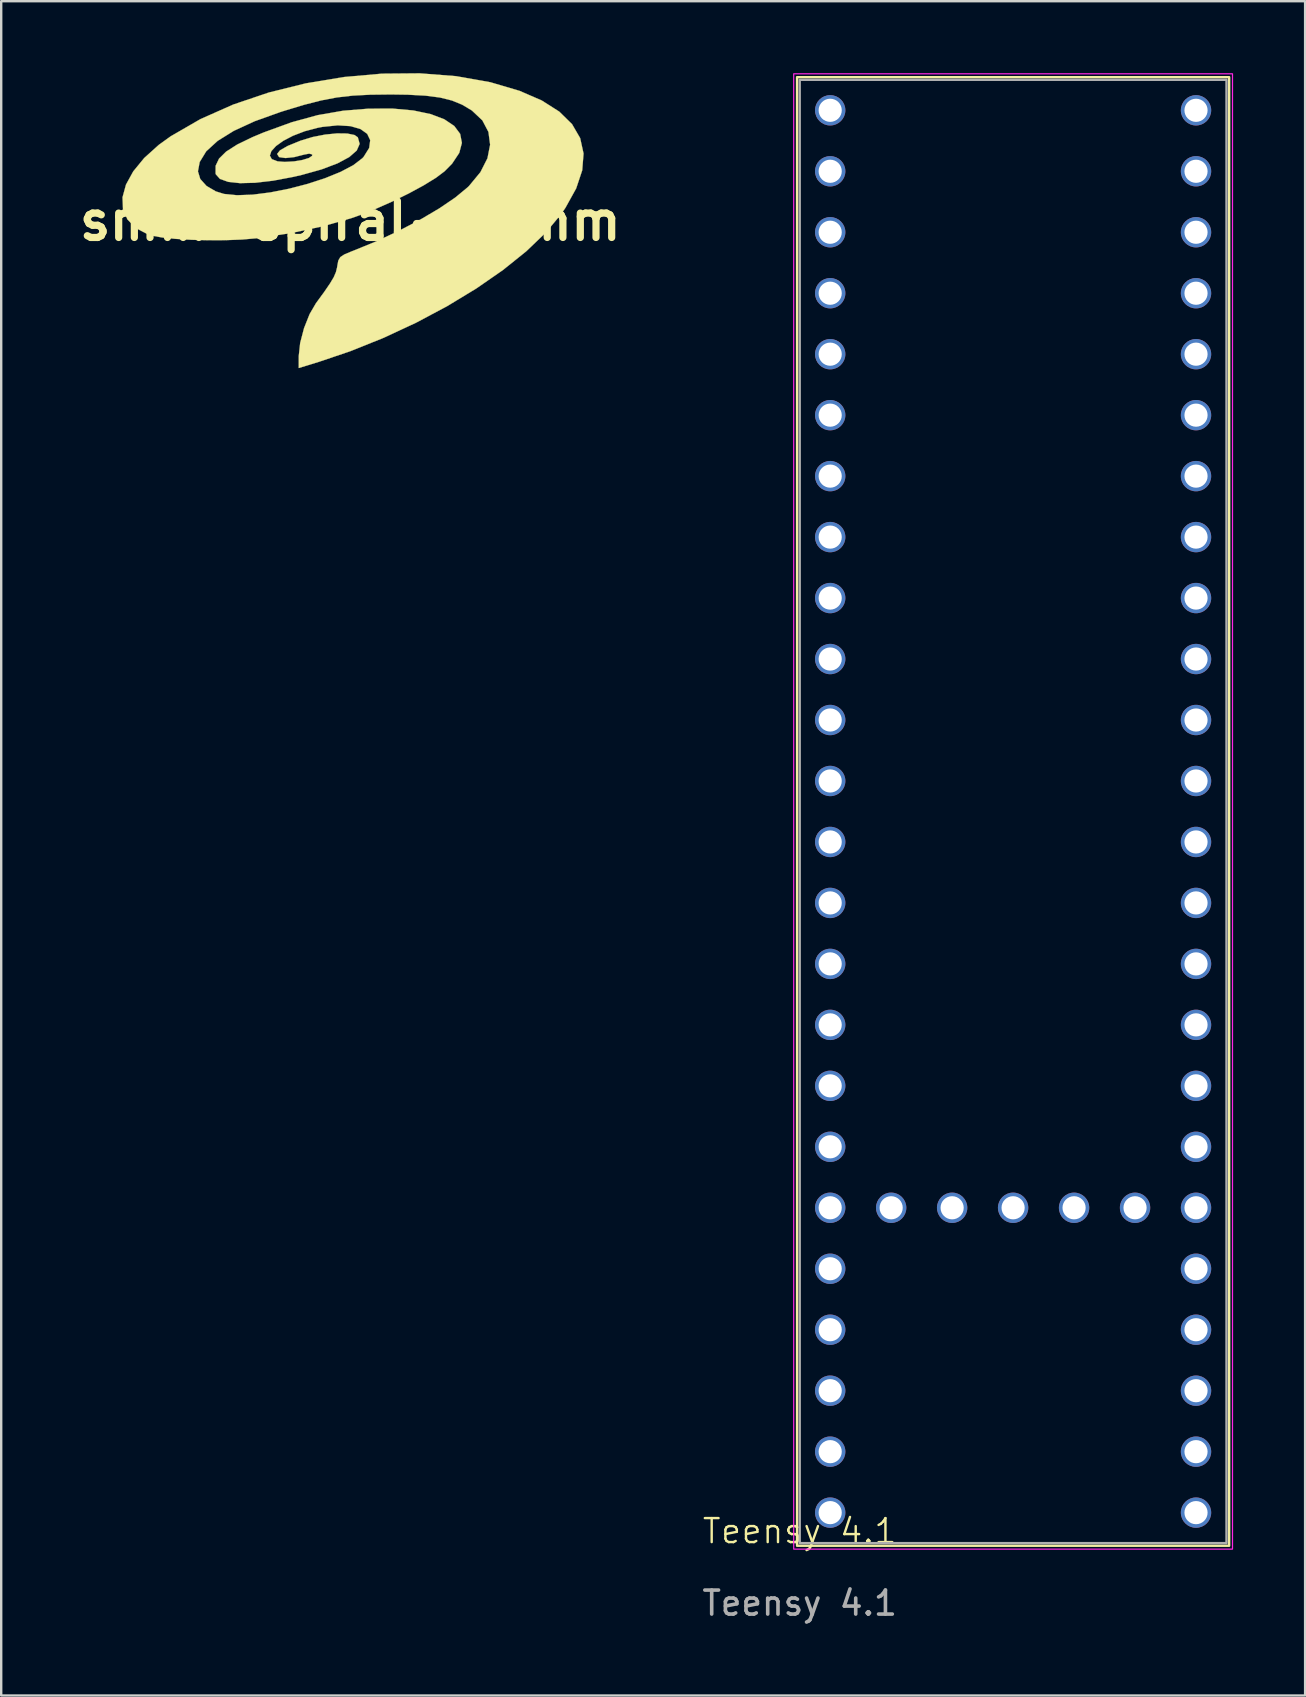
<source format=kicad_pcb>
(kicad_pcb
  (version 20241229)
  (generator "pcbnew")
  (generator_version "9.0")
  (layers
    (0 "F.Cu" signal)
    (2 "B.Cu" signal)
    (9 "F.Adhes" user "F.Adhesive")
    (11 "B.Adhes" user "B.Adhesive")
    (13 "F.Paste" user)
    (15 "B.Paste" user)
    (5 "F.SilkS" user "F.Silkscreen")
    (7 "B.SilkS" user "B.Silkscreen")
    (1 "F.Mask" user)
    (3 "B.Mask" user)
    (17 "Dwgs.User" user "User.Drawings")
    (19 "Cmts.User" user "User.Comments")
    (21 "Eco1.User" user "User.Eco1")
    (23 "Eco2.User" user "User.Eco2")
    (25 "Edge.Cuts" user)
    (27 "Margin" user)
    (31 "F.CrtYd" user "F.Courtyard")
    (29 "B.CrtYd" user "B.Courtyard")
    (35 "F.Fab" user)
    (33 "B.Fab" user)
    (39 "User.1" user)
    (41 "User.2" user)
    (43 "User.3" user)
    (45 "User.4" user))
  (footprint "smm-spiral-20mm"
    (layer "F.Cu")
    (at 11.546 6.153)
    (property "Reference" "smm-spiral-20mm" (at 0 0 0) (layer "F.SilkS") (effects (font (size 1.524 1.524) (thickness 0.3))))
    (attr through_hole)
    (fp_poly (pts (xy 4.404 -6.03) (xy 5.832 -5.777) (xy 7.05 -5.418) (xy 7.973 -5.017) (xy 8.702 -4.554) (xy 9.235 -4.031) (xy 9.573 -3.449) (xy 9.714 -2.808) (xy 9.659 -2.109) (xy 9.407 -1.354) (xy 8.958 -0.544) (xy 8.776 -0.278) (xy 8.141 0.487) (xy 7.326 1.267) (xy 6.356 2.046) (xy 5.254 2.81) (xy 4.044 3.544) (xy 2.749 4.235) (xy 1.393 4.867) (xy 0.000079 5.427) (xy -1.306 5.869) (xy -2.151 6.129) (xy -2.151 5.636) (xy -2.091 5.082) (xy -1.93 4.467) (xy -1.698 3.882) (xy -1.435 3.431) (xy -1.089 2.957) (xy -0.849 2.607) (xy -0.693 2.345) (xy -0.602 2.133) (xy -0.553 1.935) (xy -0.544 1.872) (xy -0.503 1.654) (xy -0.421 1.51) (xy -0.25 1.396) (xy 0.058 1.267) (xy 0.139 1.236) (xy 1.095 0.845) (xy 2.031 0.408) (xy 2.912 -0.054) (xy 3.705 -0.522) (xy 4.374 -0.977) (xy 4.885 -1.399) (xy 4.946 -1.459) (xy 5.418 -2.031) (xy 5.711 -2.609) (xy 5.822 -3.174) (xy 5.752 -3.707) (xy 5.499 -4.188) (xy 5.064 -4.598) (xy 5.051 -4.607) (xy 4.658 -4.841) (xy 4.231 -5.016) (xy 3.733 -5.14) (xy 3.129 -5.218) (xy 2.385 -5.258) (xy 1.69 -5.268) (xy 0.831 -5.258) (xy 0.1 -5.22) (xy -0.562 -5.144) (xy -1.219 -5.019) (xy -1.93 -4.837) (xy -2.759 -4.586) (xy -2.919 -4.535) (xy -3.986 -4.153) (xy -4.857 -3.752) (xy -5.53 -3.334) (xy -6.004 -2.901) (xy -6.277 -2.454) (xy -6.35 -2.066) (xy -6.254 -1.747) (xy -5.993 -1.457) (xy -5.606 -1.23) (xy -5.264 -1.124) (xy -4.722 -1.07) (xy -4.065 -1.094) (xy -3.331 -1.188) (xy -2.558 -1.34) (xy -1.788 -1.54) (xy -1.057 -1.778) (xy -0.406 -2.043) (xy 0.126 -2.324) (xy 0.501 -2.613) (xy 0.555 -2.672) (xy 0.784 -3.04) (xy 0.827 -3.363) (xy 0.701 -3.628) (xy 0.422 -3.827) (xy 0.008 -3.948) (xy -0.526 -3.982) (xy -1.162 -3.917) (xy -1.352 -3.881) (xy -1.905 -3.735) (xy -2.391 -3.548) (xy -2.794 -3.338) (xy -3.099 -3.119) (xy -3.291 -2.908) (xy -3.354 -2.721) (xy -3.273 -2.573) (xy -3.032 -2.481) (xy -2.733 -2.458) (xy -2.345 -2.48) (xy -1.995 -2.539) (xy -1.727 -2.621) (xy -1.591 -2.715) (xy -1.59 -2.769) (xy -1.714 -2.803) (xy -1.923 -2.764) (xy -2.338 -2.658) (xy -2.701 -2.619) (xy -2.95 -2.653) (xy -2.975 -2.666) (xy -3.052 -2.789) (xy -2.93 -2.942) (xy -2.608 -3.125) (xy -2.085 -3.339) (xy -2.068 -3.345) (xy -1.568 -3.496) (xy -1.05 -3.597) (xy -0.556 -3.646) (xy -0.133 -3.641) (xy 0.175 -3.578) (xy 0.311 -3.482) (xy 0.387 -3.208) (xy 0.265 -2.932) (xy -0.046 -2.66) (xy -0.537 -2.397) (xy -1.201 -2.146) (xy -2.031 -1.914) (xy -2.384 -1.833) (xy -3.224 -1.675) (xy -3.968 -1.589) (xy -4.597 -1.573) (xy -5.091 -1.627) (xy -5.434 -1.75) (xy -5.604 -1.94) (xy -5.615 -1.98) (xy -5.613 -2.297) (xy -5.471 -2.595) (xy -5.175 -2.887) (xy -4.712 -3.183) (xy -4.069 -3.494) (xy -3.612 -3.685) (xy -2.446 -4.109) (xy -1.363 -4.406) (xy -0.298 -4.591) (xy 0.768 -4.677) (xy 1.764 -4.679) (xy 2.625 -4.601) (xy 3.345 -4.45) (xy 3.915 -4.233) (xy 4.328 -3.955) (xy 4.574 -3.625) (xy 4.646 -3.249) (xy 4.536 -2.833) (xy 4.236 -2.383) (xy 3.923 -2.066) (xy 3.565 -1.796) (xy 3.055 -1.482) (xy 2.437 -1.147) (xy 1.754 -0.812) (xy 1.049 -0.499) (xy 0.366 -0.229) (xy 0.026 -0.11) (xy -1.144 0.223) (xy -2.439 0.501) (xy -3.784 0.709) (xy -3.916 0.724) (xy -4.516 0.776) (xy -5.197 0.802) (xy -5.915 0.805) (xy -6.625 0.787) (xy -7.284 0.748) (xy -7.847 0.69) (xy -8.27 0.614) (xy -8.409 0.573) (xy -8.936 0.299) (xy -9.289 -0.063) (xy -9.473 -0.496) (xy -9.492 -0.984) (xy -9.348 -1.512) (xy -9.046 -2.062) (xy -8.59 -2.619) (xy -7.982 -3.167) (xy -7.485 -3.525) (xy -6.246 -4.241) (xy -4.874 -4.85) (xy -3.399 -5.348) (xy -1.855 -5.731) (xy -0.271 -5.994) (xy 1.321 -6.135) (xy 2.89 -6.148) (xy 4.404 -6.03)) (stroke (width 0.01) (type solid)) (fill yes) (layer "F.SilkS")))
  (footprint "Teensy 4.1"
    (layer "F.Cu")
    (at 30.265 61.235)
    (property "Reference" "Teensy 4.1" (at 0 -0.5 0) (unlocked yes) (layer "F.SilkS") (effects (font (size 1 1) (thickness 0.1))))
    (attr through_hole)
    (fp_rect (start -0.11 -61.07) (end 17.89 0.11) (stroke (width 0.1) (type default)) (fill no) (layer "F.SilkS"))
    (fp_rect (start -0.25 -61.21) (end 18.03 0.25) (stroke (width 0.05) (type default)) (fill no) (layer "F.CrtYd"))
    (fp_rect (start 0 -60.96) (end 17.78 0) (stroke (width 0.1) (type default)) (fill no) (layer "F.Fab"))
    (fp_text user "${REFERENCE}" (at 0 2.5 0) (unlocked yes) (layer "F.Fab") (effects (font (size 1 1) (thickness 0.15))))
    (pad "1" thru_hole circle (at 1.27 -59.69) (size 1.265 1.265) (drill 0.965) (layers "*.Cu" "*.Mask"))
    (pad "2" thru_hole circle (at 1.27 -57.15) (size 1.265 1.265) (drill 0.965) (layers "*.Cu" "*.Mask"))
    (pad "3" thru_hole circle (at 1.27 -54.61) (size 1.265 1.265) (drill 0.965) (layers "*.Cu" "*.Mask"))
    (pad "4" thru_hole circle (at 1.27 -52.07) (size 1.265 1.265) (drill 0.965) (layers "*.Cu" "*.Mask"))
    (pad "5" thru_hole circle (at 1.27 -49.53) (size 1.265 1.265) (drill 0.965) (layers "*.Cu" "*.Mask"))
    (pad "6" thru_hole circle (at 1.27 -46.99) (size 1.265 1.265) (drill 0.965) (layers "*.Cu" "*.Mask"))
    (pad "7" thru_hole circle (at 1.27 -44.45) (size 1.265 1.265) (drill 0.965) (layers "*.Cu" "*.Mask"))
    (pad "8" thru_hole circle (at 1.27 -41.91) (size 1.265 1.265) (drill 0.965) (layers "*.Cu" "*.Mask"))
    (pad "9" thru_hole circle (at 1.27 -39.37) (size 1.265 1.265) (drill 0.965) (layers "*.Cu" "*.Mask"))
    (pad "10" thru_hole circle (at 1.27 -36.83) (size 1.265 1.265) (drill 0.965) (layers "*.Cu" "*.Mask"))
    (pad "11" thru_hole circle (at 1.27 -34.29) (size 1.265 1.265) (drill 0.965) (layers "*.Cu" "*.Mask"))
    (pad "12" thru_hole circle (at 1.27 -31.75) (size 1.265 1.265) (drill 0.965) (layers "*.Cu" "*.Mask"))
    (pad "13" thru_hole circle (at 1.27 -29.21) (size 1.265 1.265) (drill 0.965) (layers "*.Cu" "*.Mask"))
    (pad "14" thru_hole circle (at 1.27 -26.67) (size 1.265 1.265) (drill 0.965) (layers "*.Cu" "*.Mask"))
    (pad "15" thru_hole circle (at 1.27 -24.13) (size 1.265 1.265) (drill 0.965) (layers "*.Cu" "*.Mask"))
    (pad "16" thru_hole circle (at 1.27 -21.59) (size 1.265 1.265) (drill 0.965) (layers "*.Cu" "*.Mask"))
    (pad "17" thru_hole circle (at 1.27 -19.05) (size 1.265 1.265) (drill 0.965) (layers "*.Cu" "*.Mask"))
    (pad "18" thru_hole circle (at 1.27 -16.51) (size 1.265 1.265) (drill 0.965) (layers "*.Cu" "*.Mask"))
    (pad "19" thru_hole circle (at 1.27 -13.97) (size 1.265 1.265) (drill 0.965) (layers "*.Cu" "*.Mask"))
    (pad "20" thru_hole circle (at 1.27 -11.43) (size 1.265 1.265) (drill 0.965) (layers "*.Cu" "*.Mask"))
    (pad "21" thru_hole circle (at 1.27 -8.89) (size 1.265 1.265) (drill 0.965) (layers "*.Cu" "*.Mask"))
    (pad "22" thru_hole circle (at 1.27 -6.35) (size 1.265 1.265) (drill 0.965) (layers "*.Cu" "*.Mask"))
    (pad "23" thru_hole circle (at 1.27 -3.81) (size 1.265 1.265) (drill 0.965) (layers "*.Cu" "*.Mask"))
    (pad "24" thru_hole circle (at 1.27 -1.27) (size 1.265 1.265) (drill 0.965) (layers "*.Cu" "*.Mask"))
    (pad "25" thru_hole circle (at 3.81 -13.97) (size 1.265 1.265) (drill 0.965) (layers "*.Cu" "*.Mask"))
    (pad "26" thru_hole circle (at 6.35 -13.97) (size 1.265 1.265) (drill 0.965) (layers "*.Cu" "*.Mask"))
    (pad "27" thru_hole circle (at 8.89 -13.97) (size 1.265 1.265) (drill 0.965) (layers "*.Cu" "*.Mask"))
    (pad "28" thru_hole circle (at 11.43 -13.97) (size 1.265 1.265) (drill 0.965) (layers "*.Cu" "*.Mask"))
    (pad "29" thru_hole circle (at 13.97 -13.97) (size 1.265 1.265) (drill 0.965) (layers "*.Cu" "*.Mask"))
    (pad "30" thru_hole circle (at 16.51 -1.27) (size 1.265 1.265) (drill 0.965) (layers "*.Cu" "*.Mask"))
    (pad "31" thru_hole circle (at 16.51 -3.81) (size 1.265 1.265) (drill 0.965) (layers "*.Cu" "*.Mask"))
    (pad "32" thru_hole circle (at 16.51 -6.35) (size 1.265 1.265) (drill 0.965) (layers "*.Cu" "*.Mask"))
    (pad "33" thru_hole circle (at 16.51 -8.89) (size 1.265 1.265) (drill 0.965) (layers "*.Cu" "*.Mask"))
    (pad "34" thru_hole circle (at 16.51 -11.43) (size 1.265 1.265) (drill 0.965) (layers "*.Cu" "*.Mask"))
    (pad "35" thru_hole circle (at 16.51 -13.97) (size 1.265 1.265) (drill 0.965) (layers "*.Cu" "*.Mask"))
    (pad "36" thru_hole circle (at 16.51 -16.51) (size 1.265 1.265) (drill 0.965) (layers "*.Cu" "*.Mask"))
    (pad "37" thru_hole circle (at 16.51 -19.05) (size 1.265 1.265) (drill 0.965) (layers "*.Cu" "*.Mask"))
    (pad "38" thru_hole circle (at 16.51 -21.59) (size 1.265 1.265) (drill 0.965) (layers "*.Cu" "*.Mask"))
    (pad "39" thru_hole circle (at 16.51 -24.13) (size 1.265 1.265) (drill 0.965) (layers "*.Cu" "*.Mask"))
    (pad "40" thru_hole circle (at 16.51 -26.67) (size 1.265 1.265) (drill 0.965) (layers "*.Cu" "*.Mask"))
    (pad "41" thru_hole circle (at 16.51 -29.21) (size 1.265 1.265) (drill 0.965) (layers "*.Cu" "*.Mask"))
    (pad "42" thru_hole circle (at 16.51 -31.75) (size 1.265 1.265) (drill 0.965) (layers "*.Cu" "*.Mask"))
    (pad "43" thru_hole circle (at 16.51 -34.29) (size 1.265 1.265) (drill 0.965) (layers "*.Cu" "*.Mask"))
    (pad "44" thru_hole circle (at 16.51 -36.83) (size 1.265 1.265) (drill 0.965) (layers "*.Cu" "*.Mask"))
    (pad "45" thru_hole circle (at 16.51 -39.37) (size 1.265 1.265) (drill 0.965) (layers "*.Cu" "*.Mask"))
    (pad "46" thru_hole circle (at 16.51 -41.91) (size 1.265 1.265) (drill 0.965) (layers "*.Cu" "*.Mask"))
    (pad "47" thru_hole circle (at 16.51 -44.45) (size 1.265 1.265) (drill 0.965) (layers "*.Cu" "*.Mask"))
    (pad "48" thru_hole circle (at 16.51 -46.99) (size 1.265 1.265) (drill 0.965) (layers "*.Cu" "*.Mask"))
    (pad "49" thru_hole circle (at 16.51 -49.53) (size 1.265 1.265) (drill 0.965) (layers "*.Cu" "*.Mask"))
    (pad "50" thru_hole circle (at 16.51 -52.07) (size 1.265 1.265) (drill 0.965) (layers "*.Cu" "*.Mask"))
    (pad "51" thru_hole circle (at 16.51 -54.61) (size 1.265 1.265) (drill 0.965) (layers "*.Cu" "*.Mask"))
    (pad "52" thru_hole circle (at 16.51 -57.15) (size 1.265 1.265) (drill 0.965) (layers "*.Cu" "*.Mask"))
    (pad "53" thru_hole circle (at 16.51 -59.69) (size 1.265 1.265) (drill 0.965) (layers "*.Cu" "*.Mask")))
  (gr_rect
    (start -3 -3)
    (end 51.32 67.583)
    (stroke (width 0.1) (type default))
    (fill no)
    (layer "Edge.Cuts")))
</source>
